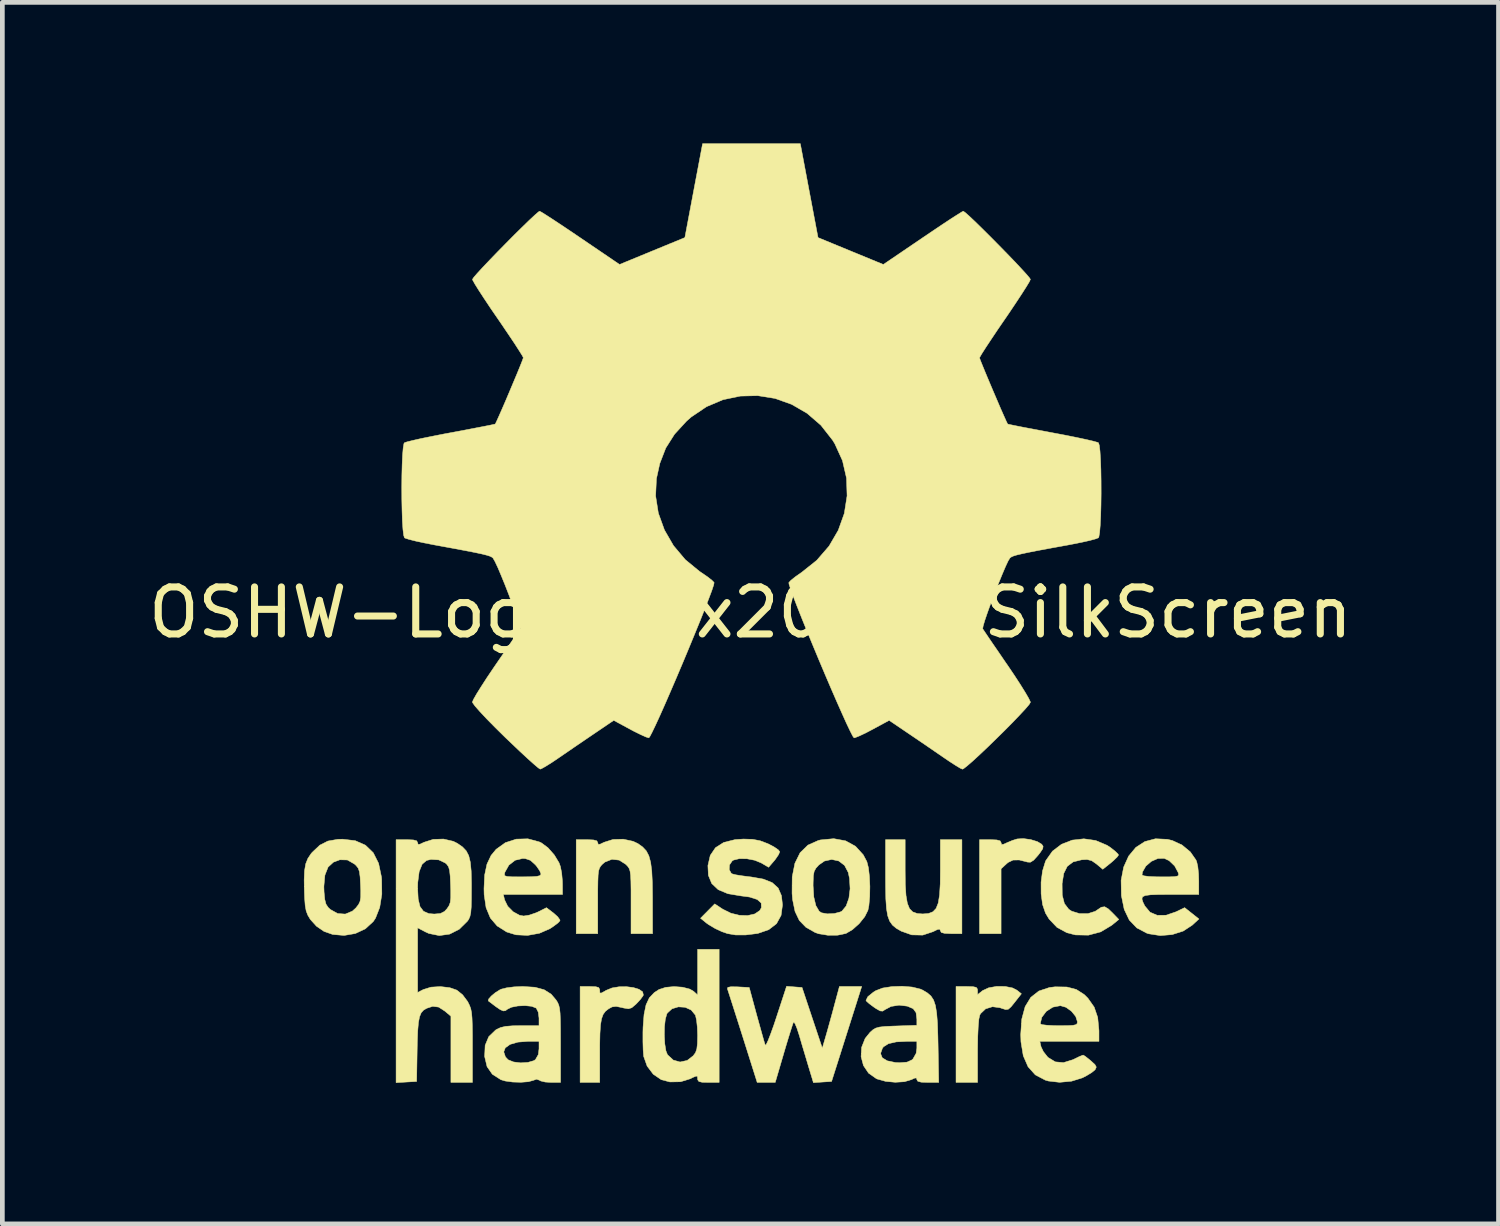
<source format=kicad_pcb>
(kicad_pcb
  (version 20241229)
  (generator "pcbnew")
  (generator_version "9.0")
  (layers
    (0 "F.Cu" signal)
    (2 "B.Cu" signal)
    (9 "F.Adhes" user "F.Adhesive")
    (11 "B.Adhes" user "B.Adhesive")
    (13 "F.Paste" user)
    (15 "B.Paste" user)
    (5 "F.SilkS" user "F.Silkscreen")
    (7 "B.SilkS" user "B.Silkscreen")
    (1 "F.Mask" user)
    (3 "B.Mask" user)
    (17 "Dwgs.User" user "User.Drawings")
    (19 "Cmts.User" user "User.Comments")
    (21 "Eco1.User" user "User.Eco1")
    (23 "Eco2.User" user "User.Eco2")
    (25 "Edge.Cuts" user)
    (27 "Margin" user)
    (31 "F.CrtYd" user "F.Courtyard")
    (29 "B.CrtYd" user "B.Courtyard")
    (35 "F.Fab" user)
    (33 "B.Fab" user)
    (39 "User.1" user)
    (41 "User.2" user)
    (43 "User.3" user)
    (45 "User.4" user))
  (footprint "OSHW-Logo_19x20mm_SilkScreen"
    (layer "F.Cu")
    (at 12.911 9.978)
    (property "Reference" "OSHW-Logo_19x20mm_SilkScreen" (at 0 0 0) (layer "F.SilkS") (effects (font (size 1 1) (thickness 0.15))))
    (attr exclude_from_pos_files exclude_from_bom)
    (fp_poly (pts (xy 5.959 4.828) (xy 6.102 4.872) (xy 6.194 4.927) (xy 6.224 4.971) (xy 6.216 5.023) (xy 6.162 5.104) (xy 6.117 5.162) (xy 6.024 5.266) (xy 5.953 5.31) (xy 5.893 5.307) (xy 5.716 5.262) (xy 5.585 5.264) (xy 5.479 5.315) (xy 5.444 5.345) (xy 5.33 5.451) (xy 5.33 6.829) (xy 4.872 6.829) (xy 4.872 4.83) (xy 5.101 4.83) (xy 5.238 4.836) (xy 5.309 4.855) (xy 5.33 4.893) (xy 5.33 4.894) (xy 5.34 4.933) (xy 5.383 4.928) (xy 5.444 4.9) (xy 5.57 4.847) (xy 5.672 4.815) (xy 5.803 4.807) (xy 5.959 4.828)) (stroke (width 0.01) (type solid)) (fill yes) (layer "F.SilkS"))
    (fp_poly (pts (xy 5.415 7.952) (xy 5.575 7.984) (xy 5.666 8.031) (xy 5.762 8.108) (xy 5.626 8.281) (xy 5.542 8.385) (xy 5.485 8.436) (xy 5.428 8.444) (xy 5.345 8.418) (xy 5.306 8.404) (xy 5.147 8.383) (xy 5.001 8.428) (xy 4.895 8.529) (xy 4.877 8.562) (xy 4.858 8.647) (xy 4.844 8.805) (xy 4.834 9.023) (xy 4.83 9.291) (xy 4.83 9.329) (xy 4.83 9.993) (xy 4.372 9.993) (xy 4.372 7.953) (xy 4.601 7.953) (xy 4.733 7.957) (xy 4.802 7.972) (xy 4.827 8.007) (xy 4.83 8.039) (xy 4.83 8.126) (xy 4.94 8.039) (xy 5.066 7.981) (xy 5.235 7.951) (xy 5.415 7.952)) (stroke (width 0.01) (type solid)) (fill yes) (layer "F.SilkS"))
    (fp_poly (pts (xy -3.289 7.958) (xy -3.227 7.976) (xy -3.207 8.017) (xy -3.206 8.036) (xy -3.203 8.087) (xy -3.178 8.095) (xy -3.111 8.06) (xy -3.071 8.036) (xy -2.945 7.984) (xy -2.795 7.959) (xy -2.638 7.957) (xy -2.49 7.976) (xy -2.37 8.013) (xy -2.293 8.067) (xy -2.278 8.134) (xy -2.286 8.152) (xy -2.341 8.228) (xy -2.427 8.321) (xy -2.443 8.336) (xy -2.525 8.405) (xy -2.595 8.427) (xy -2.694 8.411) (xy -2.734 8.401) (xy -2.857 8.376) (xy -2.943 8.387) (xy -3.017 8.427) (xy -3.084 8.479) (xy -3.133 8.546) (xy -3.167 8.639) (xy -3.189 8.77) (xy -3.201 8.954) (xy -3.206 9.201) (xy -3.206 9.351) (xy -3.206 9.993) (xy -3.623 9.993) (xy -3.623 7.953) (xy -3.414 7.953) (xy -3.289 7.958)) (stroke (width 0.01) (type solid)) (fill yes) (layer "F.SilkS"))
    (fp_poly (pts (xy 3.29 5.478) (xy 3.293 5.784) (xy 3.308 6.016) (xy 3.337 6.184) (xy 3.383 6.298) (xy 3.452 6.367) (xy 3.547 6.401) (xy 3.664 6.41) (xy 3.787 6.4) (xy 3.88 6.364) (xy 3.948 6.293) (xy 3.994 6.177) (xy 4.022 6.005) (xy 4.036 5.77) (xy 4.039 5.478) (xy 4.039 4.83) (xy 4.497 4.83) (xy 4.497 6.829) (xy 4.268 6.829) (xy 4.13 6.823) (xy 4.059 6.804) (xy 4.039 6.766) (xy 4.027 6.733) (xy 3.979 6.74) (xy 3.883 6.787) (xy 3.664 6.86) (xy 3.43 6.855) (xy 3.207 6.776) (xy 3.1 6.714) (xy 3.019 6.646) (xy 2.96 6.562) (xy 2.919 6.449) (xy 2.893 6.296) (xy 2.879 6.09) (xy 2.874 5.82) (xy 2.873 5.612) (xy 2.873 4.83) (xy 3.29 4.83) (xy 3.29 5.478)) (stroke (width 0.01) (type solid)) (fill yes) (layer "F.SilkS"))
    (fp_poly (pts (xy -2.497 4.865) (xy -2.393 4.914) (xy -2.293 4.986) (xy -2.216 5.068) (xy -2.161 5.173) (xy -2.123 5.312) (xy -2.099 5.498) (xy -2.087 5.742) (xy -2.083 6.057) (xy -2.083 6.09) (xy -2.082 6.829) (xy -2.54 6.829) (xy -2.54 6.147) (xy -2.54 5.895) (xy -2.543 5.712) (xy -2.549 5.585) (xy -2.561 5.499) (xy -2.58 5.442) (xy -2.609 5.399) (xy -2.65 5.356) (xy -2.792 5.265) (xy -2.947 5.248) (xy -3.094 5.306) (xy -3.146 5.349) (xy -3.183 5.389) (xy -3.21 5.433) (xy -3.229 5.492) (xy -3.24 5.582) (xy -3.245 5.716) (xy -3.248 5.907) (xy -3.248 6.14) (xy -3.248 6.829) (xy -3.706 6.829) (xy -3.706 4.83) (xy -3.477 4.83) (xy -3.339 4.836) (xy -3.268 4.855) (xy -3.248 4.893) (xy -3.248 4.894) (xy -3.238 4.931) (xy -3.196 4.926) (xy -3.113 4.886) (xy -2.923 4.826) (xy -2.706 4.82) (xy -2.497 4.865)) (stroke (width 0.01) (type solid)) (fill yes) (layer "F.SilkS"))
    (fp_poly (pts (xy 7.342 4.848) (xy 7.584 4.95) (xy 7.66 5) (xy 7.757 5.077) (xy 7.818 5.137) (xy 7.828 5.157) (xy 7.798 5.2) (xy 7.722 5.274) (xy 7.661 5.326) (xy 7.493 5.46) (xy 7.361 5.349) (xy 7.258 5.277) (xy 7.159 5.252) (xy 7.044 5.258) (xy 6.863 5.303) (xy 6.738 5.397) (xy 6.663 5.548) (xy 6.628 5.766) (xy 6.628 5.766) (xy 6.631 6.01) (xy 6.677 6.189) (xy 6.77 6.311) (xy 6.833 6.352) (xy 7 6.403) (xy 7.178 6.403) (xy 7.333 6.354) (xy 7.37 6.329) (xy 7.462 6.267) (xy 7.534 6.257) (xy 7.612 6.303) (xy 7.698 6.386) (xy 7.834 6.527) (xy 7.683 6.651) (xy 7.45 6.791) (xy 7.187 6.861) (xy 6.912 6.856) (xy 6.731 6.81) (xy 6.52 6.696) (xy 6.351 6.518) (xy 6.275 6.392) (xy 6.213 6.211) (xy 6.182 5.982) (xy 6.181 5.734) (xy 6.212 5.495) (xy 6.273 5.296) (xy 6.282 5.275) (xy 6.424 5.074) (xy 6.616 4.928) (xy 6.843 4.84) (xy 7.091 4.812) (xy 7.342 4.848)) (stroke (width 0.01) (type solid)) (fill yes) (layer "F.SilkS"))
    (fp_poly (pts (xy 2.023 4.855) (xy 2.233 4.97) (xy 2.398 5.151) (xy 2.476 5.298) (xy 2.509 5.428) (xy 2.53 5.613) (xy 2.54 5.827) (xy 2.536 6.042) (xy 2.519 6.23) (xy 2.499 6.331) (xy 2.431 6.468) (xy 2.313 6.615) (xy 2.171 6.742) (xy 2.031 6.825) (xy 2.027 6.826) (xy 1.853 6.862) (xy 1.646 6.863) (xy 1.45 6.831) (xy 1.374 6.804) (xy 1.179 6.693) (xy 1.039 6.548) (xy 0.948 6.357) (xy 0.896 6.105) (xy 0.885 5.973) (xy 0.886 5.808) (xy 1.332 5.808) (xy 1.347 6.049) (xy 1.391 6.233) (xy 1.46 6.351) (xy 1.509 6.385) (xy 1.634 6.408) (xy 1.783 6.401) (xy 1.912 6.367) (xy 1.946 6.349) (xy 2.035 6.241) (xy 2.094 6.075) (xy 2.119 5.874) (xy 2.107 5.658) (xy 2.08 5.528) (xy 2.001 5.377) (xy 1.877 5.283) (xy 1.728 5.251) (xy 1.573 5.285) (xy 1.454 5.368) (xy 1.392 5.437) (xy 1.355 5.505) (xy 1.338 5.597) (xy 1.333 5.738) (xy 1.332 5.808) (xy 0.886 5.808) (xy 0.888 5.621) (xy 0.945 5.333) (xy 1.056 5.108) (xy 1.222 4.946) (xy 1.442 4.848) (xy 1.489 4.836) (xy 1.772 4.809) (xy 2.023 4.855)) (stroke (width 0.01) (type solid)) (fill yes) (layer "F.SilkS"))
    (fp_poly (pts (xy 1.097 7.974) (xy 1.312 8.619) (xy 1.528 9.265) (xy 1.595 9.036) (xy 1.636 8.894) (xy 1.689 8.703) (xy 1.747 8.493) (xy 1.777 8.38) (xy 1.892 7.953) (xy 2.366 7.953) (xy 2.224 8.401) (xy 2.154 8.621) (xy 2.07 8.886) (xy 1.982 9.163) (xy 1.904 9.41) (xy 1.725 9.973) (xy 1.532 9.985) (xy 1.339 9.998) (xy 1.234 9.652) (xy 1.17 9.437) (xy 1.099 9.201) (xy 1.038 8.992) (xy 1.035 8.983) (xy 0.989 8.842) (xy 0.949 8.745) (xy 0.92 8.708) (xy 0.914 8.713) (xy 0.894 8.769) (xy 0.855 8.891) (xy 0.802 9.061) (xy 0.74 9.266) (xy 0.707 9.379) (xy 0.527 9.993) (xy 0.143 9.993) (xy -0.163 9.025) (xy -0.249 8.754) (xy -0.328 8.507) (xy -0.395 8.297) (xy -0.447 8.135) (xy -0.48 8.033) (xy -0.49 8.003) (xy -0.482 7.972) (xy -0.419 7.959) (xy -0.289 7.96) (xy -0.268 7.961) (xy -0.026 7.974) (xy 0.132 8.557) (xy 0.191 8.769) (xy 0.243 8.956) (xy 0.284 9.101) (xy 0.31 9.188) (xy 0.315 9.202) (xy 0.335 9.186) (xy 0.375 9.102) (xy 0.43 8.961) (xy 0.497 8.775) (xy 0.553 8.607) (xy 0.768 7.949) (xy 1.097 7.974)) (stroke (width 0.01) (type solid)) (fill yes) (layer "F.SilkS"))
    (fp_poly (pts (xy -8.405 4.852) (xy -8.188 4.948) (xy -8.022 5.109) (xy -7.909 5.334) (xy -7.848 5.625) (xy -7.844 5.67) (xy -7.84 5.99) (xy -7.885 6.271) (xy -7.974 6.498) (xy -8.022 6.571) (xy -8.19 6.726) (xy -8.403 6.826) (xy -8.642 6.867) (xy -8.885 6.846) (xy -9.07 6.781) (xy -9.23 6.671) (xy -9.36 6.527) (xy -9.362 6.524) (xy -9.415 6.435) (xy -9.449 6.346) (xy -9.47 6.233) (xy -9.482 6.074) (xy -9.487 5.944) (xy -9.49 5.826) (xy -9.073 5.826) (xy -9.069 5.943) (xy -9.054 6.1) (xy -9.028 6.201) (xy -8.981 6.272) (xy -8.937 6.314) (xy -8.781 6.401) (xy -8.618 6.413) (xy -8.466 6.35) (xy -8.39 6.28) (xy -8.335 6.209) (xy -8.303 6.141) (xy -8.289 6.052) (xy -8.288 5.919) (xy -8.293 5.797) (xy -8.302 5.623) (xy -8.317 5.51) (xy -8.343 5.436) (xy -8.388 5.379) (xy -8.424 5.347) (xy -8.573 5.262) (xy -8.733 5.258) (xy -8.868 5.308) (xy -8.983 5.413) (xy -9.051 5.585) (xy -9.073 5.826) (xy -9.49 5.826) (xy -9.492 5.685) (xy -9.484 5.491) (xy -9.459 5.345) (xy -9.413 5.23) (xy -9.345 5.128) (xy -9.319 5.098) (xy -9.159 4.947) (xy -8.988 4.86) (xy -8.778 4.823) (xy -8.676 4.82) (xy -8.405 4.852)) (stroke (width 0.01) (type solid)) (fill yes) (layer "F.SilkS"))
    (fp_poly (pts (xy -0.666 9.993) (xy -0.895 9.993) (xy -1.028 9.99) (xy -1.097 9.973) (xy -1.122 9.938) (xy -1.124 9.915) (xy -1.128 9.867) (xy -1.155 9.858) (xy -1.225 9.887) (xy -1.279 9.915) (xy -1.487 9.979) (xy -1.713 9.983) (xy -1.897 9.935) (xy -2.068 9.818) (xy -2.198 9.646) (xy -2.27 9.443) (xy -2.272 9.431) (xy -2.282 9.307) (xy -2.287 9.129) (xy -2.287 8.994) (xy -1.832 8.994) (xy -1.822 9.173) (xy -1.798 9.321) (xy -1.765 9.404) (xy -1.642 9.518) (xy -1.497 9.559) (xy -1.346 9.526) (xy -1.218 9.427) (xy -1.169 9.361) (xy -1.141 9.282) (xy -1.128 9.167) (xy -1.124 8.994) (xy -1.13 8.822) (xy -1.146 8.672) (xy -1.168 8.571) (xy -1.171 8.562) (xy -1.26 8.454) (xy -1.389 8.395) (xy -1.534 8.386) (xy -1.669 8.427) (xy -1.769 8.519) (xy -1.779 8.537) (xy -1.811 8.65) (xy -1.829 8.811) (xy -1.832 8.994) (xy -2.287 8.994) (xy -2.287 8.926) (xy -2.284 8.817) (xy -2.263 8.547) (xy -2.221 8.344) (xy -2.151 8.194) (xy -2.046 8.083) (xy -1.945 8.017) (xy -1.803 7.971) (xy -1.626 7.955) (xy -1.445 7.968) (xy -1.291 8.008) (xy -1.209 8.056) (xy -1.124 8.133) (xy -1.124 7.162) (xy -0.666 7.162) (xy -0.666 9.993)) (stroke (width 0.01) (type solid)) (fill yes) (layer "F.SilkS"))
    (fp_poly (pts (xy 8.868 4.823) (xy 8.974 4.849) (xy 9.179 4.944) (xy 9.354 5.089) (xy 9.475 5.262) (xy 9.491 5.301) (xy 9.514 5.403) (xy 9.53 5.555) (xy 9.535 5.707) (xy 9.535 5.996) (xy 8.932 5.996) (xy 8.683 5.997) (xy 8.507 6.003) (xy 8.396 6.018) (xy 8.338 6.046) (xy 8.326 6.092) (xy 8.348 6.16) (xy 8.387 6.24) (xy 8.498 6.373) (xy 8.651 6.439) (xy 8.838 6.437) (xy 9.05 6.365) (xy 9.234 6.276) (xy 9.386 6.396) (xy 9.538 6.517) (xy 9.395 6.649) (xy 9.204 6.774) (xy 8.969 6.849) (xy 8.716 6.87) (xy 8.471 6.832) (xy 8.432 6.82) (xy 8.217 6.707) (xy 8.057 6.54) (xy 7.949 6.313) (xy 7.889 6.02) (xy 7.889 6.014) (xy 7.883 5.695) (xy 7.905 5.582) (xy 8.328 5.582) (xy 8.367 5.599) (xy 8.472 5.613) (xy 8.628 5.62) (xy 8.726 5.621) (xy 8.91 5.621) (xy 9.025 5.616) (xy 9.085 5.604) (xy 9.106 5.581) (xy 9.101 5.542) (xy 9.096 5.528) (xy 9.022 5.389) (xy 8.905 5.277) (xy 8.801 5.228) (xy 8.664 5.231) (xy 8.525 5.292) (xy 8.408 5.394) (xy 8.338 5.517) (xy 8.328 5.582) (xy 7.905 5.582) (xy 7.937 5.415) (xy 8.043 5.18) (xy 8.195 4.996) (xy 8.387 4.871) (xy 8.614 4.811) (xy 8.868 4.823)) (stroke (width 0.01) (type solid)) (fill yes) (layer "F.SilkS"))
    (fp_poly (pts (xy 0.046 4.823) (xy 0.204 4.853) (xy 0.368 4.915) (xy 0.385 4.923) (xy 0.509 4.989) (xy 0.595 5.049) (xy 0.623 5.088) (xy 0.596 5.151) (xy 0.532 5.245) (xy 0.504 5.28) (xy 0.386 5.417) (xy 0.235 5.328) (xy 0.091 5.268) (xy -0.076 5.236) (xy -0.236 5.234) (xy -0.359 5.264) (xy -0.389 5.283) (xy -0.446 5.368) (xy -0.452 5.467) (xy -0.41 5.544) (xy -0.385 5.559) (xy -0.31 5.578) (xy -0.178 5.599) (xy -0.016 5.62) (xy 0.014 5.623) (xy 0.275 5.669) (xy 0.464 5.745) (xy 0.59 5.86) (xy 0.659 6.021) (xy 0.681 6.218) (xy 0.651 6.441) (xy 0.554 6.617) (xy 0.388 6.745) (xy 0.155 6.825) (xy -0.104 6.857) (xy -0.315 6.857) (xy -0.487 6.828) (xy -0.604 6.788) (xy -0.752 6.719) (xy -0.888 6.638) (xy -0.937 6.603) (xy -1.062 6.501) (xy -0.76 6.196) (xy -0.589 6.309) (xy -0.417 6.394) (xy -0.234 6.439) (xy -0.058 6.444) (xy 0.093 6.409) (xy 0.199 6.337) (xy 0.233 6.275) (xy 0.228 6.177) (xy 0.143 6.102) (xy -0.022 6.05) (xy -0.202 6.026) (xy -0.479 5.98) (xy -0.685 5.894) (xy -0.823 5.764) (xy -0.895 5.589) (xy -0.905 5.382) (xy -0.855 5.165) (xy -0.744 5.001) (xy -0.568 4.889) (xy -0.327 4.829) (xy -0.149 4.817) (xy 0.046 4.823)) (stroke (width 0.01) (type solid)) (fill yes) (layer "F.SilkS"))
    (fp_poly (pts (xy 6.731 7.964) (xy 6.93 8.016) (xy 7.097 8.123) (xy 7.177 8.202) (xy 7.31 8.391) (xy 7.385 8.61) (xy 7.411 8.879) (xy 7.412 8.9) (xy 7.412 9.119) (xy 6.154 9.119) (xy 6.18 9.234) (xy 6.229 9.337) (xy 6.314 9.445) (xy 6.331 9.463) (xy 6.484 9.556) (xy 6.657 9.572) (xy 6.857 9.51) (xy 6.891 9.494) (xy 6.995 9.443) (xy 7.065 9.415) (xy 7.077 9.412) (xy 7.12 9.438) (xy 7.2 9.501) (xy 7.241 9.535) (xy 7.327 9.614) (xy 7.355 9.666) (xy 7.335 9.714) (xy 7.325 9.728) (xy 7.255 9.785) (xy 7.139 9.855) (xy 7.058 9.896) (xy 6.829 9.967) (xy 6.575 9.991) (xy 6.334 9.963) (xy 6.267 9.943) (xy 6.058 9.832) (xy 5.904 9.66) (xy 5.802 9.426) (xy 5.753 9.129) (xy 5.748 8.973) (xy 5.763 8.747) (xy 6.163 8.747) (xy 6.201 8.764) (xy 6.305 8.777) (xy 6.456 8.785) (xy 6.558 8.786) (xy 6.742 8.785) (xy 6.858 8.779) (xy 6.922 8.765) (xy 6.949 8.74) (xy 6.954 8.703) (xy 6.918 8.591) (xy 6.828 8.48) (xy 6.71 8.395) (xy 6.592 8.361) (xy 6.431 8.392) (xy 6.292 8.481) (xy 6.196 8.609) (xy 6.163 8.747) (xy 5.763 8.747) (xy 5.771 8.644) (xy 5.842 8.381) (xy 5.962 8.184) (xy 6.134 8.049) (xy 6.358 7.975) (xy 6.479 7.96) (xy 6.731 7.964)) (stroke (width 0.01) (type solid)) (fill yes) (layer "F.SilkS"))
    (fp_poly (pts (xy -4.493 4.877) (xy -4.451 4.896) (xy -4.308 5.001) (xy -4.172 5.155) (xy -4.07 5.324) (xy -4.042 5.402) (xy -4.015 5.54) (xy -4 5.708) (xy -3.998 5.777) (xy -3.997 5.996) (xy -5.256 5.996) (xy -5.229 6.111) (xy -5.163 6.246) (xy -5.048 6.363) (xy -4.911 6.438) (xy -4.824 6.454) (xy -4.705 6.435) (xy -4.564 6.387) (xy -4.516 6.366) (xy -4.339 6.277) (xy -4.187 6.392) (xy -4.1 6.47) (xy -4.054 6.535) (xy -4.051 6.554) (xy -4.093 6.6) (xy -4.184 6.669) (xy -4.266 6.724) (xy -4.489 6.821) (xy -4.739 6.866) (xy -4.987 6.854) (xy -5.184 6.794) (xy -5.388 6.665) (xy -5.532 6.496) (xy -5.623 6.276) (xy -5.664 5.998) (xy -5.667 5.871) (xy -5.653 5.579) (xy -5.651 5.571) (xy -5.234 5.571) (xy -5.223 5.598) (xy -5.175 5.613) (xy -5.078 5.62) (xy -4.916 5.621) (xy -4.854 5.621) (xy -4.664 5.619) (xy -4.544 5.611) (xy -4.479 5.595) (xy -4.456 5.568) (xy -4.455 5.56) (xy -4.482 5.492) (xy -4.547 5.397) (xy -4.575 5.364) (xy -4.679 5.27) (xy -4.788 5.233) (xy -4.847 5.23) (xy -5.005 5.268) (xy -5.138 5.372) (xy -5.223 5.523) (xy -5.224 5.528) (xy -5.234 5.571) (xy -5.651 5.571) (xy -5.604 5.35) (xy -5.517 5.166) (xy -5.41 5.036) (xy -5.213 4.894) (xy -4.981 4.819) (xy -4.734 4.812) (xy -4.493 4.877)) (stroke (width 0.01) (type solid)) (fill yes) (layer "F.SilkS"))
    (fp_poly (pts (xy 3.439 7.965) (xy 3.614 8.008) (xy 3.665 8.031) (xy 3.763 8.09) (xy 3.839 8.156) (xy 3.895 8.242) (xy 3.934 8.358) (xy 3.96 8.517) (xy 3.977 8.729) (xy 3.986 9.007) (xy 3.99 9.192) (xy 4.004 9.993) (xy 3.772 9.993) (xy 3.631 9.988) (xy 3.558 9.967) (xy 3.539 9.933) (xy 3.529 9.897) (xy 3.485 9.904) (xy 3.425 9.933) (xy 3.274 9.978) (xy 3.08 9.99) (xy 2.876 9.971) (xy 2.694 9.92) (xy 2.678 9.913) (xy 2.512 9.796) (xy 2.403 9.634) (xy 2.353 9.445) (xy 2.357 9.378) (xy 2.767 9.378) (xy 2.803 9.469) (xy 2.91 9.534) (xy 3.083 9.57) (xy 3.175 9.574) (xy 3.329 9.562) (xy 3.431 9.516) (xy 3.456 9.494) (xy 3.524 9.374) (xy 3.539 9.265) (xy 3.539 9.119) (xy 3.336 9.119) (xy 3.1 9.131) (xy 2.935 9.169) (xy 2.83 9.235) (xy 2.807 9.265) (xy 2.767 9.378) (xy 2.357 9.378) (xy 2.364 9.247) (xy 2.439 9.058) (xy 2.542 8.93) (xy 2.604 8.874) (xy 2.665 8.838) (xy 2.744 8.816) (xy 2.861 8.803) (xy 3.036 8.795) (xy 3.105 8.793) (xy 3.539 8.778) (xy 3.539 8.647) (xy 3.522 8.509) (xy 3.461 8.425) (xy 3.338 8.372) (xy 3.335 8.371) (xy 3.161 8.35) (xy 2.99 8.377) (xy 2.863 8.444) (xy 2.812 8.477) (xy 2.758 8.472) (xy 2.673 8.424) (xy 2.624 8.391) (xy 2.527 8.319) (xy 2.467 8.265) (xy 2.457 8.249) (xy 2.497 8.169) (xy 2.614 8.074) (xy 2.665 8.042) (xy 2.811 7.986) (xy 3.008 7.955) (xy 3.227 7.948) (xy 3.439 7.965)) (stroke (width 0.01) (type solid)) (fill yes) (layer "F.SilkS"))
    (fp_poly (pts (xy -4.584 7.969) (xy -4.388 8.022) (xy -4.239 8.116) (xy -4.134 8.24) (xy -4.101 8.293) (xy -4.077 8.349) (xy -4.06 8.42) (xy -4.049 8.519) (xy -4.043 8.66) (xy -4.04 8.855) (xy -4.039 9.118) (xy -4.039 9.188) (xy -4.039 9.993) (xy -4.239 9.993) (xy -4.366 9.985) (xy -4.461 9.962) (xy -4.484 9.948) (xy -4.549 9.924) (xy -4.615 9.948) (xy -4.723 9.978) (xy -4.881 9.99) (xy -5.056 9.985) (xy -5.216 9.963) (xy -5.309 9.935) (xy -5.49 9.819) (xy -5.602 9.658) (xy -5.653 9.444) (xy -5.654 9.438) (xy -5.649 9.344) (xy -5.247 9.344) (xy -5.211 9.451) (xy -5.154 9.512) (xy -5.039 9.558) (xy -4.887 9.577) (xy -4.732 9.567) (xy -4.608 9.531) (xy -4.573 9.508) (xy -4.512 9.401) (xy -4.497 9.279) (xy -4.497 9.119) (xy -4.727 9.119) (xy -4.946 9.136) (xy -5.112 9.184) (xy -5.215 9.258) (xy -5.247 9.344) (xy -5.649 9.344) (xy -5.643 9.205) (xy -5.566 9.02) (xy -5.421 8.88) (xy -5.401 8.867) (xy -5.315 8.826) (xy -5.208 8.801) (xy -5.059 8.789) (xy -4.882 8.786) (xy -4.497 8.786) (xy -4.497 8.624) (xy -4.513 8.499) (xy -4.555 8.415) (xy -4.56 8.411) (xy -4.653 8.374) (xy -4.793 8.36) (xy -4.948 8.367) (xy -5.084 8.394) (xy -5.166 8.434) (xy -5.21 8.467) (xy -5.256 8.473) (xy -5.32 8.446) (xy -5.417 8.38) (xy -5.563 8.269) (xy -5.576 8.259) (xy -5.569 8.22) (xy -5.512 8.156) (xy -5.426 8.084) (xy -5.33 8.024) (xy -5.3 8.01) (xy -5.19 7.982) (xy -5.03 7.961) (xy -4.85 7.953) (xy -4.842 7.953) (xy -4.584 7.969)) (stroke (width 0.01) (type solid)) (fill yes) (layer "F.SilkS"))
    (fp_poly (pts (xy -6.321 4.865) (xy -6.233 4.909) (xy -6.125 4.984) (xy -6.046 5.067) (xy -5.992 5.17) (xy -5.958 5.309) (xy -5.94 5.497) (xy -5.934 5.749) (xy -5.934 5.858) (xy -5.935 6.095) (xy -5.939 6.265) (xy -5.949 6.383) (xy -5.966 6.463) (xy -5.992 6.523) (xy -6.019 6.563) (xy -6.193 6.735) (xy -6.398 6.839) (xy -6.618 6.87) (xy -6.84 6.825) (xy -6.91 6.793) (xy -7.079 6.705) (xy -7.079 8.08) (xy -6.956 8.017) (xy -6.794 7.967) (xy -6.595 7.955) (xy -6.396 7.978) (xy -6.246 8.03) (xy -6.122 8.13) (xy -6.016 8.272) (xy -6.008 8.287) (xy -5.974 8.356) (xy -5.949 8.425) (xy -5.932 8.509) (xy -5.922 8.622) (xy -5.916 8.778) (xy -5.913 8.99) (xy -5.913 9.23) (xy -5.913 9.993) (xy -6.371 9.993) (xy -6.371 8.585) (xy -6.499 8.477) (xy -6.632 8.391) (xy -6.758 8.375) (xy -6.885 8.416) (xy -6.952 8.455) (xy -7.003 8.512) (xy -7.038 8.597) (xy -7.062 8.722) (xy -7.077 8.901) (xy -7.086 9.144) (xy -7.089 9.306) (xy -7.1 9.973) (xy -7.318 9.985) (xy -7.537 9.998) (xy -7.537 5.863) (xy -7.079 5.863) (xy -7.067 6.094) (xy -7.028 6.254) (xy -6.954 6.353) (xy -6.84 6.403) (xy -6.725 6.412) (xy -6.594 6.401) (xy -6.508 6.357) (xy -6.453 6.298) (xy -6.411 6.235) (xy -6.385 6.165) (xy -6.374 6.066) (xy -6.374 5.918) (xy -6.378 5.795) (xy -6.386 5.608) (xy -6.399 5.486) (xy -6.421 5.408) (xy -6.457 5.356) (xy -6.49 5.326) (xy -6.629 5.26) (xy -6.795 5.25) (xy -6.889 5.272) (xy -6.983 5.353) (xy -7.046 5.509) (xy -7.076 5.741) (xy -7.079 5.863) (xy -7.537 5.863) (xy -7.537 4.83) (xy -7.308 4.83) (xy -7.17 4.836) (xy -7.099 4.855) (xy -7.079 4.893) (xy -7.079 4.894) (xy -7.069 4.931) (xy -7.027 4.926) (xy -6.943 4.886) (xy -6.748 4.824) (xy -6.529 4.817) (xy -6.321 4.865)) (stroke (width 0.01) (type solid)) (fill yes) (layer "F.SilkS"))
    (fp_poly (pts (xy 1.248 -8.974) (xy 1.437 -7.975) (xy 2.131 -7.689) (xy 2.826 -7.403) (xy 3.659 -7.969) (xy 3.893 -8.127) (xy 4.103 -8.268) (xy 4.282 -8.386) (xy 4.419 -8.473) (xy 4.503 -8.525) (xy 4.526 -8.536) (xy 4.568 -8.507) (xy 4.657 -8.428) (xy 4.783 -8.309) (xy 4.936 -8.159) (xy 5.107 -7.989) (xy 5.285 -7.809) (xy 5.46 -7.63) (xy 5.624 -7.46) (xy 5.764 -7.31) (xy 5.873 -7.191) (xy 5.939 -7.112) (xy 5.954 -7.086) (xy 5.932 -7.037) (xy 5.868 -6.931) (xy 5.77 -6.777) (xy 5.644 -6.586) (xy 5.498 -6.368) (xy 5.413 -6.244) (xy 5.258 -6.018) (xy 5.121 -5.813) (xy 5.007 -5.641) (xy 4.924 -5.511) (xy 4.879 -5.434) (xy 4.872 -5.418) (xy 4.887 -5.372) (xy 4.93 -5.265) (xy 4.993 -5.111) (xy 5.07 -4.927) (xy 5.155 -4.726) (xy 5.241 -4.525) (xy 5.321 -4.338) (xy 5.391 -4.18) (xy 5.442 -4.066) (xy 5.469 -4.012) (xy 5.47 -4.009) (xy 5.513 -3.999) (xy 5.625 -3.976) (xy 5.796 -3.942) (xy 6.014 -3.901) (xy 6.268 -3.853) (xy 6.415 -3.825) (xy 6.686 -3.774) (xy 6.93 -3.725) (xy 7.136 -3.681) (xy 7.291 -3.645) (xy 7.383 -3.619) (xy 7.401 -3.611) (xy 7.419 -3.557) (xy 7.434 -3.433) (xy 7.445 -3.256) (xy 7.453 -3.038) (xy 7.457 -2.795) (xy 7.458 -2.541) (xy 7.455 -2.29) (xy 7.449 -2.057) (xy 7.439 -1.856) (xy 7.426 -1.702) (xy 7.41 -1.609) (xy 7.4 -1.59) (xy 7.341 -1.567) (xy 7.217 -1.533) (xy 7.043 -1.494) (xy 6.837 -1.453) (xy 6.765 -1.439) (xy 6.418 -1.376) (xy 6.143 -1.325) (xy 5.933 -1.284) (xy 5.777 -1.251) (xy 5.667 -1.225) (xy 5.594 -1.203) (xy 5.549 -1.183) (xy 5.522 -1.163) (xy 5.518 -1.159) (xy 5.48 -1.097) (xy 5.423 -0.975) (xy 5.352 -0.808) (xy 5.272 -0.612) (xy 5.189 -0.402) (xy 5.11 -0.192) (xy 5.04 0.002) (xy 4.984 0.166) (xy 4.949 0.285) (xy 4.939 0.344) (xy 4.94 0.346) (xy 4.972 0.394) (xy 5.043 0.5) (xy 5.146 0.652) (xy 5.275 0.839) (xy 5.42 1.052) (xy 5.462 1.112) (xy 5.61 1.331) (xy 5.74 1.531) (xy 5.845 1.7) (xy 5.918 1.826) (xy 5.953 1.9) (xy 5.954 1.909) (xy 5.926 1.956) (xy 5.846 2.05) (xy 5.725 2.18) (xy 5.575 2.337) (xy 5.404 2.51) (xy 5.223 2.688) (xy 5.043 2.863) (xy 4.873 3.024) (xy 4.724 3.161) (xy 4.606 3.263) (xy 4.53 3.322) (xy 4.509 3.331) (xy 4.46 3.309) (xy 4.359 3.248) (xy 4.223 3.16) (xy 4.119 3.089) (xy 3.929 2.959) (xy 3.705 2.805) (xy 3.48 2.652) (xy 3.359 2.57) (xy 2.95 2.293) (xy 2.606 2.479) (xy 2.45 2.561) (xy 2.316 2.624) (xy 2.226 2.66) (xy 2.203 2.665) (xy 2.176 2.628) (xy 2.122 2.523) (xy 2.044 2.36) (xy 1.949 2.149) (xy 1.838 1.899) (xy 1.717 1.621) (xy 1.589 1.322) (xy 1.459 1.014) (xy 1.331 0.706) (xy 1.208 0.408) (xy 1.095 0.129) (xy 0.996 -0.121) (xy 0.914 -0.333) (xy 0.855 -0.496) (xy 0.821 -0.601) (xy 0.816 -0.637) (xy 0.859 -0.684) (xy 0.952 -0.759) (xy 1.077 -0.847) (xy 1.088 -0.854) (xy 1.411 -1.112) (xy 1.672 -1.414) (xy 1.867 -1.749) (xy 1.996 -2.108) (xy 2.055 -2.482) (xy 2.043 -2.859) (xy 1.957 -3.232) (xy 1.794 -3.59) (xy 1.746 -3.668) (xy 1.498 -3.984) (xy 1.204 -4.238) (xy 0.876 -4.428) (xy 0.523 -4.554) (xy 0.155 -4.613) (xy -0.217 -4.604) (xy -0.584 -4.527) (xy -0.934 -4.379) (xy -1.259 -4.16) (xy -1.359 -4.072) (xy -1.615 -3.793) (xy -1.801 -3.5) (xy -1.928 -3.172) (xy -2 -2.847) (xy -2.017 -2.481) (xy -1.959 -2.114) (xy -1.83 -1.757) (xy -1.637 -1.423) (xy -1.386 -1.125) (xy -1.082 -0.875) (xy -1.042 -0.848) (xy -0.916 -0.762) (xy -0.82 -0.687) (xy -0.774 -0.639) (xy -0.773 -0.637) (xy -0.783 -0.586) (xy -0.822 -0.468) (xy -0.887 -0.295) (xy -0.972 -0.075) (xy -1.074 0.182) (xy -1.19 0.465) (xy -1.314 0.766) (xy -1.443 1.075) (xy -1.573 1.382) (xy -1.7 1.677) (xy -1.819 1.951) (xy -1.927 2.194) (xy -2.02 2.396) (xy -2.093 2.548) (xy -2.142 2.641) (xy -2.162 2.665) (xy -2.223 2.646) (xy -2.336 2.595) (xy -2.484 2.522) (xy -2.564 2.479) (xy -2.908 2.293) (xy -3.317 2.57) (xy -3.526 2.712) (xy -3.755 2.868) (xy -3.969 3.015) (xy -4.077 3.089) (xy -4.228 3.191) (xy -4.356 3.271) (xy -4.444 3.32) (xy -4.472 3.33) (xy -4.514 3.302) (xy -4.606 3.224) (xy -4.74 3.104) (xy -4.906 2.95) (xy -5.096 2.769) (xy -5.217 2.654) (xy -5.427 2.447) (xy -5.609 2.262) (xy -5.754 2.107) (xy -5.857 1.99) (xy -5.909 1.918) (xy -5.914 1.903) (xy -5.891 1.848) (xy -5.827 1.735) (xy -5.729 1.578) (xy -5.605 1.386) (xy -5.461 1.172) (xy -5.42 1.112) (xy -5.271 0.895) (xy -5.137 0.699) (xy -5.026 0.537) (xy -4.946 0.417) (xy -4.903 0.353) (xy -4.899 0.346) (xy -4.905 0.294) (xy -4.938 0.181) (xy -4.992 0.021) (xy -5.061 -0.171) (xy -5.139 -0.38) (xy -5.221 -0.591) (xy -5.302 -0.789) (xy -5.374 -0.959) (xy -5.434 -1.086) (xy -5.474 -1.156) (xy -5.476 -1.159) (xy -5.501 -1.179) (xy -5.542 -1.199) (xy -5.609 -1.22) (xy -5.712 -1.246) (xy -5.858 -1.277) (xy -6.057 -1.316) (xy -6.319 -1.365) (xy -6.651 -1.426) (xy -6.723 -1.439) (xy -6.937 -1.481) (xy -7.123 -1.521) (xy -7.265 -1.557) (xy -7.347 -1.584) (xy -7.358 -1.59) (xy -7.376 -1.645) (xy -7.391 -1.77) (xy -7.403 -1.948) (xy -7.41 -2.166) (xy -7.415 -2.409) (xy -7.416 -2.663) (xy -7.414 -2.914) (xy -7.408 -3.147) (xy -7.399 -3.347) (xy -7.386 -3.5) (xy -7.37 -3.593) (xy -7.36 -3.611) (xy -7.305 -3.63) (xy -7.181 -3.661) (xy -7 -3.702) (xy -6.773 -3.748) (xy -6.515 -3.799) (xy -6.374 -3.825) (xy -6.106 -3.875) (xy -5.868 -3.921) (xy -5.67 -3.959) (xy -5.524 -3.988) (xy -5.442 -4.006) (xy -5.429 -4.009) (xy -5.406 -4.053) (xy -5.358 -4.159) (xy -5.291 -4.311) (xy -5.211 -4.495) (xy -5.126 -4.696) (xy -5.041 -4.898) (xy -4.962 -5.086) (xy -4.897 -5.245) (xy -4.851 -5.361) (xy -4.831 -5.418) (xy -4.83 -5.42) (xy -4.853 -5.465) (xy -4.917 -5.567) (xy -5.014 -5.718) (xy -5.14 -5.906) (xy -5.286 -6.122) (xy -5.371 -6.246) (xy -5.527 -6.473) (xy -5.664 -6.679) (xy -5.778 -6.854) (xy -5.861 -6.987) (xy -5.906 -7.068) (xy -5.913 -7.086) (xy -5.885 -7.129) (xy -5.807 -7.219) (xy -5.689 -7.347) (xy -5.542 -7.502) (xy -5.374 -7.676) (xy -5.197 -7.856) (xy -5.02 -8.035) (xy -4.852 -8.2) (xy -4.705 -8.343) (xy -4.587 -8.453) (xy -4.51 -8.52) (xy -4.484 -8.536) (xy -4.442 -8.514) (xy -4.34 -8.45) (xy -4.19 -8.353) (xy -4.001 -8.228) (xy -3.782 -8.081) (xy -3.617 -7.969) (xy -2.784 -7.403) (xy -2.09 -7.689) (xy -1.395 -7.975) (xy -1.207 -8.974) (xy -1.018 -9.973) (xy 1.06 -9.973) (xy 1.248 -8.974)) (stroke (width 0.01) (type solid)) (fill yes) (layer "F.SilkS")))
  (gr_rect
    (start -3 -3)
    (end 28.821 22.98)
    (stroke (width 0.1) (type default))
    (fill no)
    (layer "Edge.Cuts")))
</source>
